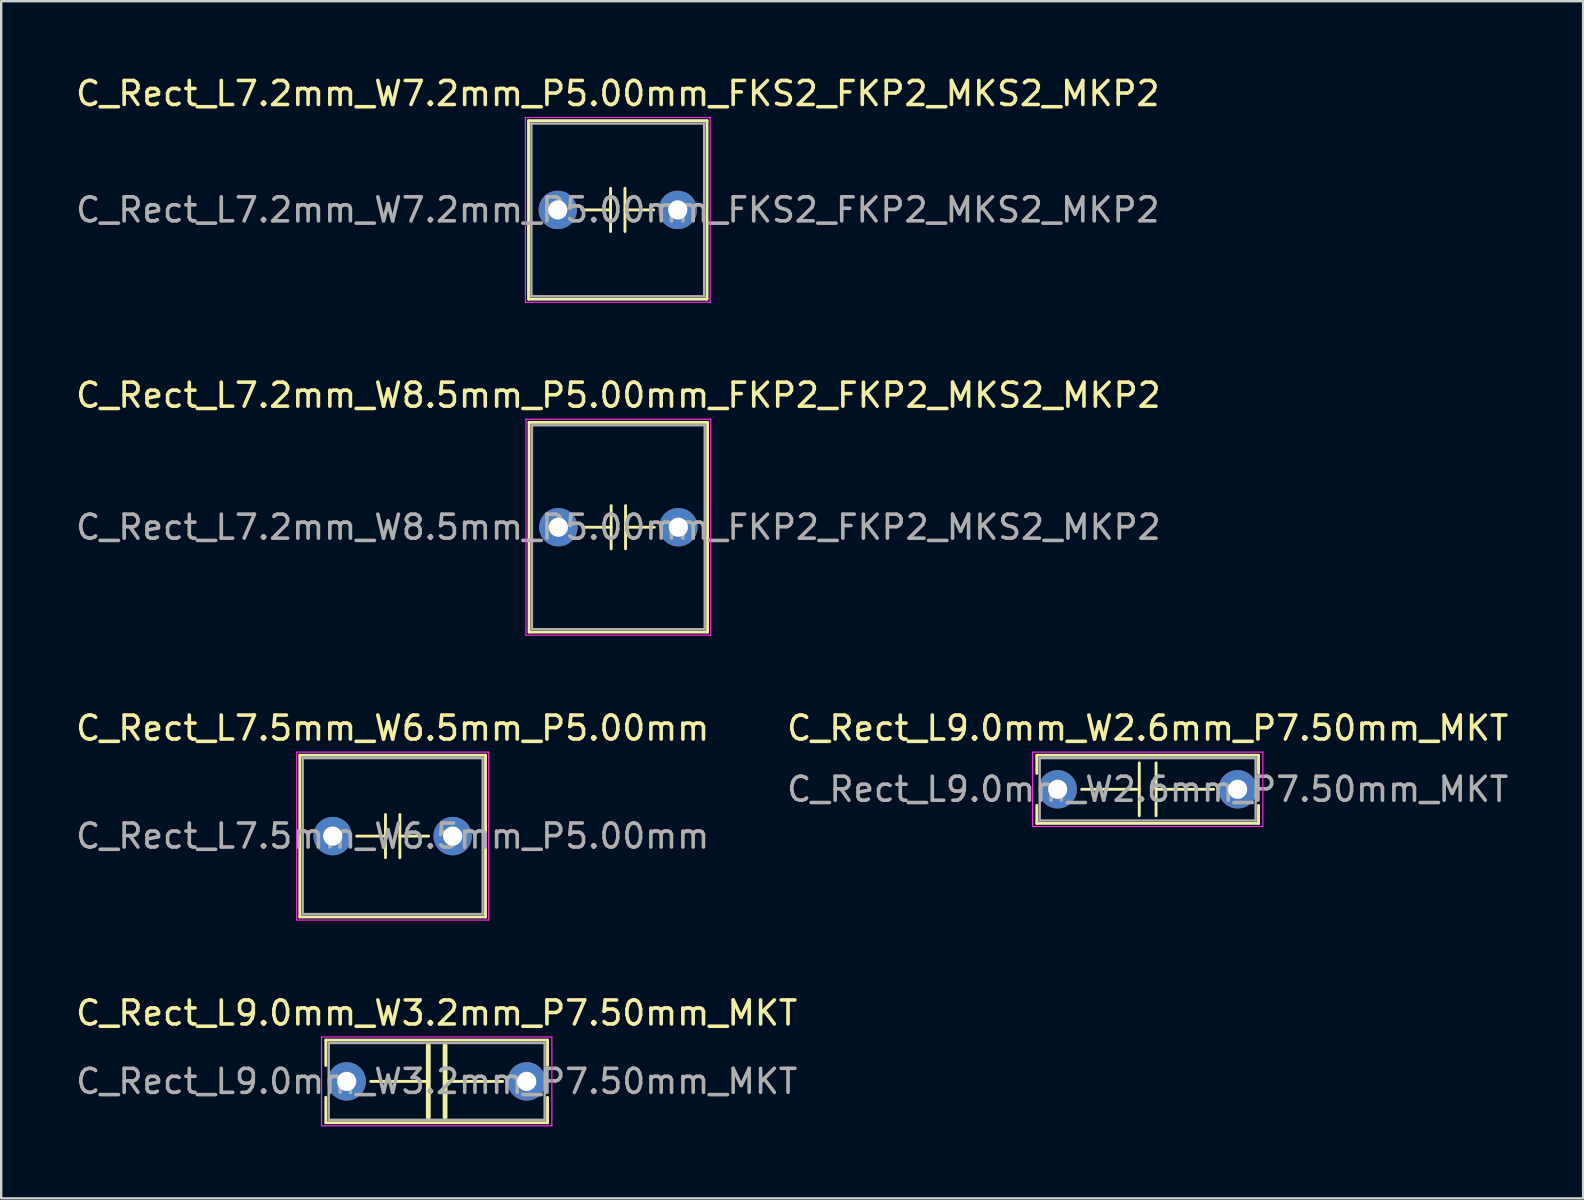
<source format=kicad_pcb>
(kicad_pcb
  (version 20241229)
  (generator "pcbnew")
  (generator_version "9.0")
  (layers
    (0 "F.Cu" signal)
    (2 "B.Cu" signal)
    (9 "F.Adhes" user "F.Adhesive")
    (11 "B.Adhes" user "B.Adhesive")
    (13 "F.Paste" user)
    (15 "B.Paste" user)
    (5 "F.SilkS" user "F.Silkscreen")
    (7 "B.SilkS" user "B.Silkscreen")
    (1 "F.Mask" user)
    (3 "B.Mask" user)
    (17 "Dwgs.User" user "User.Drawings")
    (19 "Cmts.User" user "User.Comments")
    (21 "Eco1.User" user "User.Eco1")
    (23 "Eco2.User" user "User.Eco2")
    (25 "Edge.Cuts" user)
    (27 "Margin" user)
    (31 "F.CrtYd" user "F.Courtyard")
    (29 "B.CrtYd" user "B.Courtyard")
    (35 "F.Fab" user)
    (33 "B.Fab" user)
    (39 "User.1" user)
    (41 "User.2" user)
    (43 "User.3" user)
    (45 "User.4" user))
  (footprint "C_Rect_L7.5mm_W6.5mm_P5.00mm"
    (layer "F.Cu")
    (at 10.815 31.795)
    (property "Reference" "C_Rect_L7.5mm_W6.5mm_P5.00mm" (at 2.5 -4.5 0) (layer "F.SilkS") (effects (font (size 1 1) (thickness 0.15))))
    (attr through_hole)
    (fp_line (start -1.37 -3.37) (end -1.37 3.37) (stroke (width 0.12) (type solid)) (layer "F.SilkS"))
    (fp_line (start -1.37 -3.37) (end 6.37 -3.37) (stroke (width 0.12) (type solid)) (layer "F.SilkS"))
    (fp_line (start -1.37 3.37) (end 6.37 3.37) (stroke (width 0.12) (type solid)) (layer "F.SilkS"))
    (fp_line (start 1 0) (end 2.2 0) (stroke (width 0.12) (type solid)) (layer "F.SilkS"))
    (fp_line (start 2.2 -0.9) (end 2.2 0.9) (stroke (width 0.12) (type solid)) (layer "F.SilkS"))
    (fp_line (start 2.8 -0.9) (end 2.8 0.9) (stroke (width 0.12) (type solid)) (layer "F.SilkS"))
    (fp_line (start 4 0) (end 2.8 0) (stroke (width 0.12) (type solid)) (layer "F.SilkS"))
    (fp_line (start 6.37 -3.37) (end 6.37 3.37) (stroke (width 0.12) (type solid)) (layer "F.SilkS"))
    (fp_line (start -1.5 -3.5) (end -1.5 3.5) (stroke (width 0.05) (type solid)) (layer "F.CrtYd"))
    (fp_line (start -1.5 3.5) (end 6.5 3.5) (stroke (width 0.05) (type solid)) (layer "F.CrtYd"))
    (fp_line (start 6.5 -3.5) (end -1.5 -3.5) (stroke (width 0.05) (type solid)) (layer "F.CrtYd"))
    (fp_line (start 6.5 3.5) (end 6.5 -3.5) (stroke (width 0.05) (type solid)) (layer "F.CrtYd"))
    (fp_line (start -1.25 -3.25) (end -1.25 3.25) (stroke (width 0.1) (type solid)) (layer "F.Fab"))
    (fp_line (start -1.25 3.25) (end 6.25 3.25) (stroke (width 0.1) (type solid)) (layer "F.Fab"))
    (fp_line (start 6.25 -3.25) (end -1.25 -3.25) (stroke (width 0.1) (type solid)) (layer "F.Fab"))
    (fp_line (start 6.25 3.25) (end 6.25 -3.25) (stroke (width 0.1) (type solid)) (layer "F.Fab"))
    (fp_text user "${REFERENCE}" (at 2.5 0 0) (layer "F.Fab") (effects (font (size 1 1) (thickness 0.15))))
    (pad "1" thru_hole circle (at 0 0) (size 1.6 1.6) (drill 0.8) (layers "*.Cu" "*.Mask"))
    (pad "2" thru_hole circle (at 5 0) (size 1.6 1.6) (drill 0.8) (layers "*.Cu" "*.Mask")))
  (footprint "C_Rect_L9.0mm_W2.6mm_P7.50mm_MKT"
    (layer "F.Cu")
    (at 41.03 29.845)
    (property "Reference" "C_Rect_L9.0mm_W2.6mm_P7.50mm_MKT" (at 3.75 -2.55 0) (layer "F.SilkS") (effects (font (size 1 1) (thickness 0.15))))
    (attr through_hole)
    (fp_line (start -0.87 -1.42) (end -0.87 -0.665) (stroke (width 0.12) (type solid)) (layer "F.SilkS"))
    (fp_line (start -0.87 -1.42) (end 8.37 -1.42) (stroke (width 0.12) (type solid)) (layer "F.SilkS"))
    (fp_line (start -0.87 0.665) (end -0.87 1.42) (stroke (width 0.12) (type solid)) (layer "F.SilkS"))
    (fp_line (start -0.87 1.42) (end 8.37 1.42) (stroke (width 0.12) (type solid)) (layer "F.SilkS"))
    (fp_line (start 1 0) (end 3.4 0) (stroke (width 0.12) (type solid)) (layer "F.SilkS"))
    (fp_line (start 3.4 -1.1) (end 3.4 1.1) (stroke (width 0.12) (type solid)) (layer "F.SilkS"))
    (fp_line (start 4.1 -1.1) (end 4.1 1.1) (stroke (width 0.12) (type solid)) (layer "F.SilkS"))
    (fp_line (start 4.1 0) (end 6.5 0) (stroke (width 0.12) (type solid)) (layer "F.SilkS"))
    (fp_line (start 8.37 -1.42) (end 8.37 -0.665) (stroke (width 0.12) (type solid)) (layer "F.SilkS"))
    (fp_line (start 8.37 0.665) (end 8.37 1.42) (stroke (width 0.12) (type solid)) (layer "F.SilkS"))
    (fp_line (start -1.05 -1.55) (end -1.05 1.55) (stroke (width 0.05) (type solid)) (layer "F.CrtYd"))
    (fp_line (start -1.05 1.55) (end 8.55 1.55) (stroke (width 0.05) (type solid)) (layer "F.CrtYd"))
    (fp_line (start 8.55 -1.55) (end -1.05 -1.55) (stroke (width 0.05) (type solid)) (layer "F.CrtYd"))
    (fp_line (start 8.55 1.55) (end 8.55 -1.55) (stroke (width 0.05) (type solid)) (layer "F.CrtYd"))
    (fp_line (start -0.75 -1.3) (end -0.75 1.3) (stroke (width 0.1) (type solid)) (layer "F.Fab"))
    (fp_line (start -0.75 1.3) (end 8.25 1.3) (stroke (width 0.1) (type solid)) (layer "F.Fab"))
    (fp_line (start 8.25 -1.3) (end -0.75 -1.3) (stroke (width 0.1) (type solid)) (layer "F.Fab"))
    (fp_line (start 8.25 1.3) (end 8.25 -1.3) (stroke (width 0.1) (type solid)) (layer "F.Fab"))
    (fp_text user "${REFERENCE}" (at 3.75 0 0) (layer "F.Fab") (effects (font (size 1 1) (thickness 0.15))))
    (pad "1" thru_hole circle (at 0 0) (size 1.6 1.6) (drill 0.8) (layers "*.Cu" "*.Mask"))
    (pad "2" thru_hole circle (at 7.5 0) (size 1.6 1.6) (drill 0.8) (layers "*.Cu" "*.Mask")))
  (footprint "C_Rect_L7.2mm_W7.2mm_P5.00mm_FKS2_FKP2_MKS2_MKP2"
    (layer "F.Cu")
    (at 20.196 5.698)
    (property "Reference" "C_Rect_L7.2mm_W7.2mm_P5.00mm_FKS2_FKP2_MKS2_MKP2" (at 2.5 -4.85 0) (layer "F.SilkS") (effects (font (size 1 1) (thickness 0.15))))
    (attr through_hole)
    (fp_line (start -1.22 -3.72) (end -1.22 3.72) (stroke (width 0.12) (type solid)) (layer "F.SilkS"))
    (fp_line (start -1.22 -3.72) (end 6.22 -3.72) (stroke (width 0.12) (type solid)) (layer "F.SilkS"))
    (fp_line (start -1.22 3.72) (end 6.22 3.72) (stroke (width 0.12) (type solid)) (layer "F.SilkS"))
    (fp_line (start 1 0) (end 2.2 0) (stroke (width 0.12) (type solid)) (layer "F.SilkS"))
    (fp_line (start 2.2 -0.9) (end 2.2 0.9) (stroke (width 0.12) (type solid)) (layer "F.SilkS"))
    (fp_line (start 2.8 -0.9) (end 2.8 0.9) (stroke (width 0.12) (type solid)) (layer "F.SilkS"))
    (fp_line (start 4 0) (end 2.8 0) (stroke (width 0.12) (type solid)) (layer "F.SilkS"))
    (fp_line (start 6.22 -3.72) (end 6.22 3.72) (stroke (width 0.12) (type solid)) (layer "F.SilkS"))
    (fp_line (start -1.35 -3.85) (end -1.35 3.85) (stroke (width 0.05) (type solid)) (layer "F.CrtYd"))
    (fp_line (start -1.35 3.85) (end 6.35 3.85) (stroke (width 0.05) (type solid)) (layer "F.CrtYd"))
    (fp_line (start 6.35 -3.85) (end -1.35 -3.85) (stroke (width 0.05) (type solid)) (layer "F.CrtYd"))
    (fp_line (start 6.35 3.85) (end 6.35 -3.85) (stroke (width 0.05) (type solid)) (layer "F.CrtYd"))
    (fp_line (start -1.1 -3.6) (end -1.1 3.6) (stroke (width 0.1) (type solid)) (layer "F.Fab"))
    (fp_line (start -1.1 3.6) (end 6.1 3.6) (stroke (width 0.1) (type solid)) (layer "F.Fab"))
    (fp_line (start 6.1 -3.6) (end -1.1 -3.6) (stroke (width 0.1) (type solid)) (layer "F.Fab"))
    (fp_line (start 6.1 3.6) (end 6.1 -3.6) (stroke (width 0.1) (type solid)) (layer "F.Fab"))
    (fp_text user "${REFERENCE}" (at 2.5 0 0) (layer "F.Fab") (effects (font (size 1 1) (thickness 0.15))))
    (pad "1" thru_hole circle (at 0 0) (size 1.6 1.6) (drill 0.8) (layers "*.Cu" "*.Mask"))
    (pad "2" thru_hole circle (at 5 0) (size 1.6 1.6) (drill 0.8) (layers "*.Cu" "*.Mask")))
  (footprint "C_Rect_L7.2mm_W8.5mm_P5.00mm_FKP2_FKP2_MKS2_MKP2"
    (layer "F.Cu")
    (at 20.22 18.922)
    (property "Reference" "C_Rect_L7.2mm_W8.5mm_P5.00mm_FKP2_FKP2_MKS2_MKP2" (at 2.5 -5.5 0) (layer "F.SilkS") (effects (font (size 1 1) (thickness 0.15))))
    (attr through_hole)
    (fp_line (start -1.22 -4.37) (end -1.22 4.37) (stroke (width 0.12) (type solid)) (layer "F.SilkS"))
    (fp_line (start -1.22 -4.37) (end 6.22 -4.37) (stroke (width 0.12) (type solid)) (layer "F.SilkS"))
    (fp_line (start -1.22 4.37) (end 6.22 4.37) (stroke (width 0.12) (type solid)) (layer "F.SilkS"))
    (fp_line (start 1 0) (end 2.2 0) (stroke (width 0.12) (type solid)) (layer "F.SilkS"))
    (fp_line (start 2.2 -0.9) (end 2.2 0.9) (stroke (width 0.12) (type solid)) (layer "F.SilkS"))
    (fp_line (start 2.8 -0.9) (end 2.8 0.9) (stroke (width 0.12) (type solid)) (layer "F.SilkS"))
    (fp_line (start 4 0) (end 2.8 0) (stroke (width 0.12) (type solid)) (layer "F.SilkS"))
    (fp_line (start 6.22 -4.37) (end 6.22 4.37) (stroke (width 0.12) (type solid)) (layer "F.SilkS"))
    (fp_line (start -1.35 -4.5) (end -1.35 4.5) (stroke (width 0.05) (type solid)) (layer "F.CrtYd"))
    (fp_line (start -1.35 4.5) (end 6.35 4.5) (stroke (width 0.05) (type solid)) (layer "F.CrtYd"))
    (fp_line (start 6.35 -4.5) (end -1.35 -4.5) (stroke (width 0.05) (type solid)) (layer "F.CrtYd"))
    (fp_line (start 6.35 4.5) (end 6.35 -4.5) (stroke (width 0.05) (type solid)) (layer "F.CrtYd"))
    (fp_line (start -1.1 -4.25) (end -1.1 4.25) (stroke (width 0.1) (type solid)) (layer "F.Fab"))
    (fp_line (start -1.1 4.25) (end 6.1 4.25) (stroke (width 0.1) (type solid)) (layer "F.Fab"))
    (fp_line (start 6.1 -4.25) (end -1.1 -4.25) (stroke (width 0.1) (type solid)) (layer "F.Fab"))
    (fp_line (start 6.1 4.25) (end 6.1 -4.25) (stroke (width 0.1) (type solid)) (layer "F.Fab"))
    (fp_text user "${REFERENCE}" (at 2.5 0 0) (layer "F.Fab") (effects (font (size 1 1) (thickness 0.15))))
    (pad "1" thru_hole circle (at 0 0) (size 1.6 1.6) (drill 0.8) (layers "*.Cu" "*.Mask"))
    (pad "2" thru_hole circle (at 5 0) (size 1.6 1.6) (drill 0.8) (layers "*.Cu" "*.Mask")))
  (footprint "C_Rect_L9.0mm_W3.2mm_P7.50mm_MKT"
    (layer "F.Cu")
    (at 11.399 42.018)
    (property "Reference" "C_Rect_L9.0mm_W3.2mm_P7.50mm_MKT" (at 3.75 -2.85 0) (layer "F.SilkS") (effects (font (size 1 1) (thickness 0.15))))
    (attr through_hole)
    (fp_line (start -0.87 -1.721) (end -0.87 -0.665) (stroke (width 0.12) (type solid)) (layer "F.SilkS"))
    (fp_line (start -0.87 -1.721) (end 8.37 -1.721) (stroke (width 0.12) (type solid)) (layer "F.SilkS"))
    (fp_line (start -0.87 0.665) (end -0.87 1.721) (stroke (width 0.12) (type solid)) (layer "F.SilkS"))
    (fp_line (start -0.87 1.721) (end 8.37 1.721) (stroke (width 0.12) (type solid)) (layer "F.SilkS"))
    (fp_line (start 1 0) (end 3.4 0) (stroke (width 0.12) (type solid)) (layer "F.SilkS"))
    (fp_line (start 3.4 -1.5) (end 3.4 1.5) (stroke (width 0.2) (type solid)) (layer "F.SilkS"))
    (fp_line (start 4.1 -1.5) (end 4.1 1.5) (stroke (width 0.2) (type solid)) (layer "F.SilkS"))
    (fp_line (start 4.1 0) (end 6.5 0) (stroke (width 0.12) (type solid)) (layer "F.SilkS"))
    (fp_line (start 8.37 -1.721) (end 8.37 -0.665) (stroke (width 0.12) (type solid)) (layer "F.SilkS"))
    (fp_line (start 8.37 0.665) (end 8.37 1.721) (stroke (width 0.12) (type solid)) (layer "F.SilkS"))
    (fp_line (start -1.05 -1.85) (end -1.05 1.85) (stroke (width 0.05) (type solid)) (layer "F.CrtYd"))
    (fp_line (start -1.05 1.85) (end 8.55 1.85) (stroke (width 0.05) (type solid)) (layer "F.CrtYd"))
    (fp_line (start 8.55 -1.85) (end -1.05 -1.85) (stroke (width 0.05) (type solid)) (layer "F.CrtYd"))
    (fp_line (start 8.55 1.85) (end 8.55 -1.85) (stroke (width 0.05) (type solid)) (layer "F.CrtYd"))
    (fp_line (start -0.75 -1.6) (end -0.75 1.6) (stroke (width 0.1) (type solid)) (layer "F.Fab"))
    (fp_line (start -0.75 1.6) (end 8.25 1.6) (stroke (width 0.1) (type solid)) (layer "F.Fab"))
    (fp_line (start 8.25 -1.6) (end -0.75 -1.6) (stroke (width 0.1) (type solid)) (layer "F.Fab"))
    (fp_line (start 8.25 1.6) (end 8.25 -1.6) (stroke (width 0.1) (type solid)) (layer "F.Fab"))
    (fp_text user "${REFERENCE}" (at 3.75 0 0) (layer "F.Fab") (effects (font (size 1 1) (thickness 0.15))))
    (pad "1" thru_hole circle (at 0 0) (size 1.6 1.6) (drill 0.8) (layers "*.Cu" "*.Mask"))
    (pad "2" thru_hole circle (at 7.5 0) (size 1.6 1.6) (drill 0.8) (layers "*.Cu" "*.Mask")))
  (gr_rect
    (start -3 -3)
    (end 62.929 46.893)
    (stroke (width 0.1) (type default))
    (fill no)
    (layer "Edge.Cuts")))
</source>
